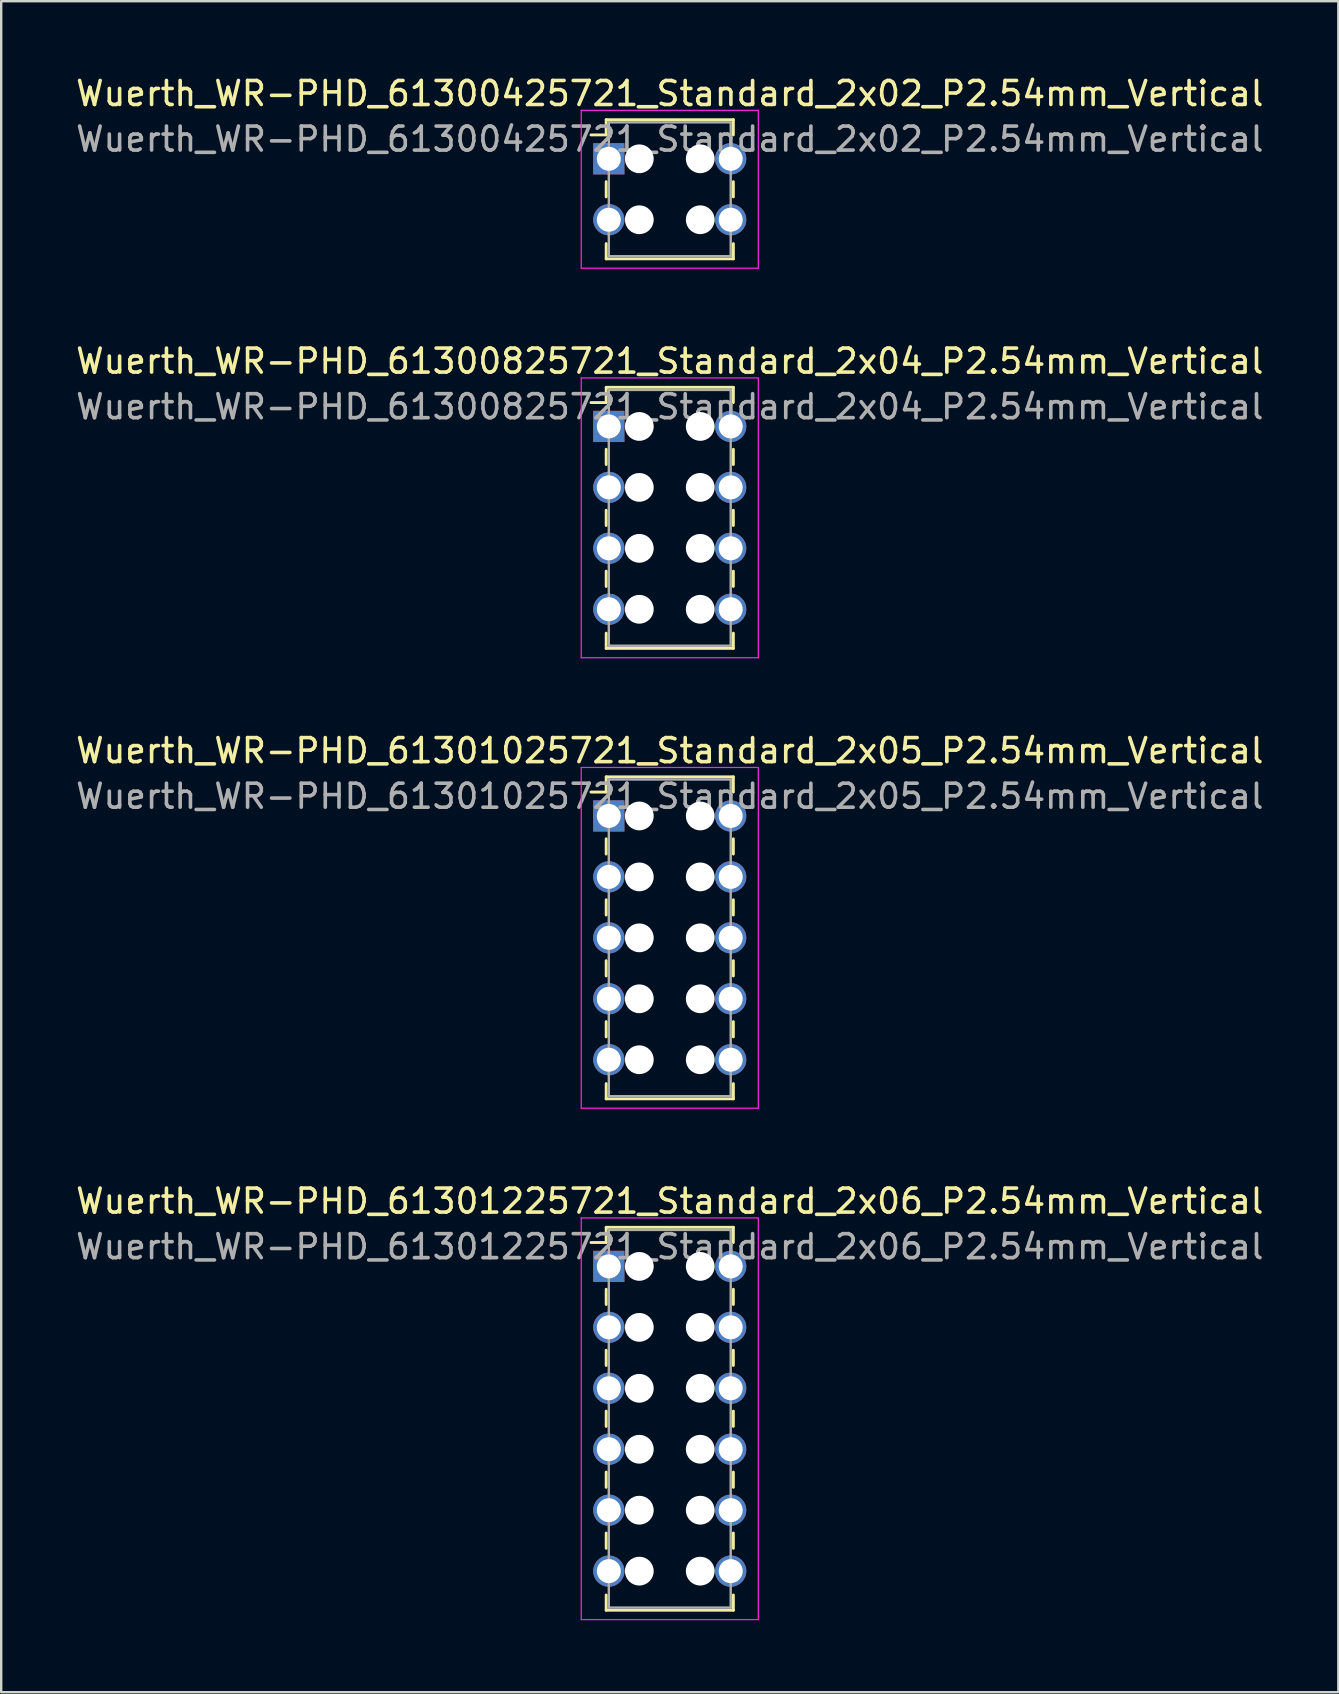
<source format=kicad_pcb>
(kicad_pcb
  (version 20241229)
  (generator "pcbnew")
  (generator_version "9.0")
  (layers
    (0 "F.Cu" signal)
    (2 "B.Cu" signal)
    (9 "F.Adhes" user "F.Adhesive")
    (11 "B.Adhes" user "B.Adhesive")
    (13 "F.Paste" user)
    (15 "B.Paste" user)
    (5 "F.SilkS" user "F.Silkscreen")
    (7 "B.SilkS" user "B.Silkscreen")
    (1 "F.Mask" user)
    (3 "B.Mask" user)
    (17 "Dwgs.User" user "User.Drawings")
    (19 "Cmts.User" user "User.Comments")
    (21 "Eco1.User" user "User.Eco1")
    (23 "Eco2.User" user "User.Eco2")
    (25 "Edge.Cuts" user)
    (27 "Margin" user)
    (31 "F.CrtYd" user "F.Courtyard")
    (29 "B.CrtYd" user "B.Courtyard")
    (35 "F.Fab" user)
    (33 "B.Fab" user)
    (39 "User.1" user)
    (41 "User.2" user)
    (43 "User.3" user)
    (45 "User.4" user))
  (footprint "Wuerth_WR-PHD_61300825721_Standard_2x04_P2.54mm_Vertical"
    (layer "F.Cu")
    (at 22.323 14.722)
    (property "Reference" "Wuerth_WR-PHD_61300825721_Standard_2x04_P2.54mm_Vertical" (at 2.54 -2.72 0) (layer "F.SilkS") (effects (font (size 1 1) (thickness 0.15))))
    (attr through_hole)
    (fp_line (start -0.11 -1.63) (end -0.11 -0.995) (stroke (width 0.12) (type solid)) (layer "F.SilkS"))
    (fp_line (start -0.11 -1.63) (end 5.19 -1.63) (stroke (width 0.12) (type solid)) (layer "F.SilkS"))
    (fp_line (start -0.11 -0.995) (end -0.745 -0.995) (stroke (width 0.12) (type solid)) (layer "F.SilkS"))
    (fp_line (start -0.11 0.953) (end -0.11 1.587) (stroke (width 0.12) (type solid)) (layer "F.SilkS"))
    (fp_line (start -0.11 3.493) (end -0.11 4.128) (stroke (width 0.12) (type solid)) (layer "F.SilkS"))
    (fp_line (start -0.11 6.032) (end -0.11 6.668) (stroke (width 0.12) (type solid)) (layer "F.SilkS"))
    (fp_line (start -0.11 9.25) (end -0.11 8.615) (stroke (width 0.12) (type solid)) (layer "F.SilkS"))
    (fp_line (start -0.11 9.25) (end 5.19 9.25) (stroke (width 0.12) (type solid)) (layer "F.SilkS"))
    (fp_line (start 5.19 -1.63) (end 5.19 -0.995) (stroke (width 0.12) (type solid)) (layer "F.SilkS"))
    (fp_line (start 5.19 0.953) (end 5.19 1.587) (stroke (width 0.12) (type solid)) (layer "F.SilkS"))
    (fp_line (start 5.19 3.493) (end 5.19 4.128) (stroke (width 0.12) (type solid)) (layer "F.SilkS"))
    (fp_line (start 5.19 6.032) (end 5.19 6.668) (stroke (width 0.12) (type solid)) (layer "F.SilkS"))
    (fp_line (start 5.19 9.25) (end 5.19 8.615) (stroke (width 0.12) (type solid)) (layer "F.SilkS"))
    (fp_line (start -1.15 -2.02) (end -1.15 9.64) (stroke (width 0.05) (type solid)) (layer "F.CrtYd"))
    (fp_line (start -1.15 9.64) (end 6.23 9.64) (stroke (width 0.05) (type solid)) (layer "F.CrtYd"))
    (fp_line (start 6.23 -2.02) (end -1.15 -2.02) (stroke (width 0.05) (type solid)) (layer "F.CrtYd"))
    (fp_line (start 6.23 9.64) (end 6.23 -2.02) (stroke (width 0.05) (type solid)) (layer "F.CrtYd"))
    (fp_line (start 0 -1.52) (end 0 9.14) (stroke (width 0.1) (type solid)) (layer "F.Fab"))
    (fp_line (start 0 9.14) (end 5.08 9.14) (stroke (width 0.1) (type solid)) (layer "F.Fab"))
    (fp_line (start 5.08 -1.52) (end 0 -1.52) (stroke (width 0.1) (type solid)) (layer "F.Fab"))
    (fp_line (start 5.08 9.14) (end 5.08 -1.52) (stroke (width 0.1) (type solid)) (layer "F.Fab"))
    (fp_text user "${REFERENCE}" (at 2.54 -0.82 0) (layer "F.Fab") (effects (font (size 1 1) (thickness 0.15))))
    (pad "" np_thru_hole circle (at 1.27 0) (size 1.2 1.2) (drill 1.2) (layers "*.Cu" "*.Mask"))
    (pad "" np_thru_hole circle (at 1.27 2.54) (size 1.2 1.2) (drill 1.2) (layers "*.Cu" "*.Mask"))
    (pad "" np_thru_hole circle (at 1.27 5.08) (size 1.2 1.2) (drill 1.2) (layers "*.Cu" "*.Mask"))
    (pad "" np_thru_hole circle (at 1.27 7.62) (size 1.2 1.2) (drill 1.2) (layers "*.Cu" "*.Mask"))
    (pad "" np_thru_hole circle (at 3.81 0) (size 1.2 1.2) (drill 1.2) (layers "*.Cu" "*.Mask"))
    (pad "" np_thru_hole circle (at 3.81 2.54) (size 1.2 1.2) (drill 1.2) (layers "*.Cu" "*.Mask"))
    (pad "" np_thru_hole circle (at 3.81 5.08) (size 1.2 1.2) (drill 1.2) (layers "*.Cu" "*.Mask"))
    (pad "" np_thru_hole circle (at 3.81 7.62) (size 1.2 1.2) (drill 1.2) (layers "*.Cu" "*.Mask"))
    (pad "1" thru_hole rect (at 0 0) (size 1.3 1.3) (drill 1) (layers "*.Cu" "*.Mask"))
    (pad "2" thru_hole circle (at 5.08 0) (size 1.3 1.3) (drill 1) (layers "*.Cu" "*.Mask"))
    (pad "3" thru_hole circle (at 0 2.54) (size 1.3 1.3) (drill 1) (layers "*.Cu" "*.Mask"))
    (pad "4" thru_hole circle (at 5.08 2.54) (size 1.3 1.3) (drill 1) (layers "*.Cu" "*.Mask"))
    (pad "5" thru_hole circle (at 0 5.08) (size 1.3 1.3) (drill 1) (layers "*.Cu" "*.Mask"))
    (pad "6" thru_hole circle (at 5.08 5.08) (size 1.3 1.3) (drill 1) (layers "*.Cu" "*.Mask"))
    (pad "7" thru_hole circle (at 0 7.62) (size 1.3 1.3) (drill 1) (layers "*.Cu" "*.Mask"))
    (pad "8" thru_hole circle (at 5.08 7.62) (size 1.3 1.3) (drill 1) (layers "*.Cu" "*.Mask")))
  (footprint "Wuerth_WR-PHD_61301225721_Standard_2x06_P2.54mm_Vertical"
    (layer "F.Cu")
    (at 22.323 49.728)
    (property "Reference" "Wuerth_WR-PHD_61301225721_Standard_2x06_P2.54mm_Vertical" (at 2.54 -2.72 0) (layer "F.SilkS") (effects (font (size 1 1) (thickness 0.15))))
    (attr through_hole)
    (fp_line (start -0.11 -1.63) (end -0.11 -0.995) (stroke (width 0.12) (type solid)) (layer "F.SilkS"))
    (fp_line (start -0.11 -1.63) (end 5.19 -1.63) (stroke (width 0.12) (type solid)) (layer "F.SilkS"))
    (fp_line (start -0.11 -0.995) (end -0.745 -0.995) (stroke (width 0.12) (type solid)) (layer "F.SilkS"))
    (fp_line (start -0.11 0.953) (end -0.11 1.587) (stroke (width 0.12) (type solid)) (layer "F.SilkS"))
    (fp_line (start -0.11 3.493) (end -0.11 4.128) (stroke (width 0.12) (type solid)) (layer "F.SilkS"))
    (fp_line (start -0.11 6.032) (end -0.11 6.668) (stroke (width 0.12) (type solid)) (layer "F.SilkS"))
    (fp_line (start -0.11 8.572) (end -0.11 9.207) (stroke (width 0.12) (type solid)) (layer "F.SilkS"))
    (fp_line (start -0.11 11.113) (end -0.11 11.748) (stroke (width 0.12) (type solid)) (layer "F.SilkS"))
    (fp_line (start -0.11 14.33) (end -0.11 13.695) (stroke (width 0.12) (type solid)) (layer "F.SilkS"))
    (fp_line (start -0.11 14.33) (end 5.19 14.33) (stroke (width 0.12) (type solid)) (layer "F.SilkS"))
    (fp_line (start 5.19 -1.63) (end 5.19 -0.995) (stroke (width 0.12) (type solid)) (layer "F.SilkS"))
    (fp_line (start 5.19 0.953) (end 5.19 1.587) (stroke (width 0.12) (type solid)) (layer "F.SilkS"))
    (fp_line (start 5.19 3.493) (end 5.19 4.128) (stroke (width 0.12) (type solid)) (layer "F.SilkS"))
    (fp_line (start 5.19 6.032) (end 5.19 6.668) (stroke (width 0.12) (type solid)) (layer "F.SilkS"))
    (fp_line (start 5.19 8.572) (end 5.19 9.207) (stroke (width 0.12) (type solid)) (layer "F.SilkS"))
    (fp_line (start 5.19 11.113) (end 5.19 11.748) (stroke (width 0.12) (type solid)) (layer "F.SilkS"))
    (fp_line (start 5.19 14.33) (end 5.19 13.695) (stroke (width 0.12) (type solid)) (layer "F.SilkS"))
    (fp_line (start -1.15 -2.02) (end -1.15 14.72) (stroke (width 0.05) (type solid)) (layer "F.CrtYd"))
    (fp_line (start -1.15 14.72) (end 6.23 14.72) (stroke (width 0.05) (type solid)) (layer "F.CrtYd"))
    (fp_line (start 6.23 -2.02) (end -1.15 -2.02) (stroke (width 0.05) (type solid)) (layer "F.CrtYd"))
    (fp_line (start 6.23 14.72) (end 6.23 -2.02) (stroke (width 0.05) (type solid)) (layer "F.CrtYd"))
    (fp_line (start 0 -1.52) (end 0 14.22) (stroke (width 0.1) (type solid)) (layer "F.Fab"))
    (fp_line (start 0 14.22) (end 5.08 14.22) (stroke (width 0.1) (type solid)) (layer "F.Fab"))
    (fp_line (start 5.08 -1.52) (end 0 -1.52) (stroke (width 0.1) (type solid)) (layer "F.Fab"))
    (fp_line (start 5.08 14.22) (end 5.08 -1.52) (stroke (width 0.1) (type solid)) (layer "F.Fab"))
    (fp_text user "${REFERENCE}" (at 2.54 -0.82 0) (layer "F.Fab") (effects (font (size 1 1) (thickness 0.15))))
    (pad "" np_thru_hole circle (at 1.27 0) (size 1.2 1.2) (drill 1.2) (layers "*.Cu" "*.Mask"))
    (pad "" np_thru_hole circle (at 1.27 2.54) (size 1.2 1.2) (drill 1.2) (layers "*.Cu" "*.Mask"))
    (pad "" np_thru_hole circle (at 1.27 5.08) (size 1.2 1.2) (drill 1.2) (layers "*.Cu" "*.Mask"))
    (pad "" np_thru_hole circle (at 1.27 7.62) (size 1.2 1.2) (drill 1.2) (layers "*.Cu" "*.Mask"))
    (pad "" np_thru_hole circle (at 1.27 10.16) (size 1.2 1.2) (drill 1.2) (layers "*.Cu" "*.Mask"))
    (pad "" np_thru_hole circle (at 1.27 12.7) (size 1.2 1.2) (drill 1.2) (layers "*.Cu" "*.Mask"))
    (pad "" np_thru_hole circle (at 3.81 0) (size 1.2 1.2) (drill 1.2) (layers "*.Cu" "*.Mask"))
    (pad "" np_thru_hole circle (at 3.81 2.54) (size 1.2 1.2) (drill 1.2) (layers "*.Cu" "*.Mask"))
    (pad "" np_thru_hole circle (at 3.81 5.08) (size 1.2 1.2) (drill 1.2) (layers "*.Cu" "*.Mask"))
    (pad "" np_thru_hole circle (at 3.81 7.62) (size 1.2 1.2) (drill 1.2) (layers "*.Cu" "*.Mask"))
    (pad "" np_thru_hole circle (at 3.81 10.16) (size 1.2 1.2) (drill 1.2) (layers "*.Cu" "*.Mask"))
    (pad "" np_thru_hole circle (at 3.81 12.7) (size 1.2 1.2) (drill 1.2) (layers "*.Cu" "*.Mask"))
    (pad "1" thru_hole rect (at 0 0) (size 1.3 1.3) (drill 1) (layers "*.Cu" "*.Mask"))
    (pad "2" thru_hole circle (at 5.08 0) (size 1.3 1.3) (drill 1) (layers "*.Cu" "*.Mask"))
    (pad "3" thru_hole circle (at 0 2.54) (size 1.3 1.3) (drill 1) (layers "*.Cu" "*.Mask"))
    (pad "4" thru_hole circle (at 5.08 2.54) (size 1.3 1.3) (drill 1) (layers "*.Cu" "*.Mask"))
    (pad "5" thru_hole circle (at 0 5.08) (size 1.3 1.3) (drill 1) (layers "*.Cu" "*.Mask"))
    (pad "6" thru_hole circle (at 5.08 5.08) (size 1.3 1.3) (drill 1) (layers "*.Cu" "*.Mask"))
    (pad "7" thru_hole circle (at 0 7.62) (size 1.3 1.3) (drill 1) (layers "*.Cu" "*.Mask"))
    (pad "8" thru_hole circle (at 5.08 7.62) (size 1.3 1.3) (drill 1) (layers "*.Cu" "*.Mask"))
    (pad "9" thru_hole circle (at 0 10.16) (size 1.3 1.3) (drill 1) (layers "*.Cu" "*.Mask"))
    (pad "10" thru_hole circle (at 5.08 10.16) (size 1.3 1.3) (drill 1) (layers "*.Cu" "*.Mask"))
    (pad "11" thru_hole circle (at 0 12.7) (size 1.3 1.3) (drill 1) (layers "*.Cu" "*.Mask"))
    (pad "12" thru_hole circle (at 5.08 12.7) (size 1.3 1.3) (drill 1) (layers "*.Cu" "*.Mask")))
  (footprint "Wuerth_WR-PHD_61300425721_Standard_2x02_P2.54mm_Vertical"
    (layer "F.Cu")
    (at 22.323 3.568)
    (property "Reference" "Wuerth_WR-PHD_61300425721_Standard_2x02_P2.54mm_Vertical" (at 2.54 -2.72 0) (layer "F.SilkS") (effects (font (size 1 1) (thickness 0.15))))
    (attr through_hole)
    (fp_line (start -0.11 -1.63) (end -0.11 -0.995) (stroke (width 0.12) (type solid)) (layer "F.SilkS"))
    (fp_line (start -0.11 -1.63) (end 5.19 -1.63) (stroke (width 0.12) (type solid)) (layer "F.SilkS"))
    (fp_line (start -0.11 -0.995) (end -0.745 -0.995) (stroke (width 0.12) (type solid)) (layer "F.SilkS"))
    (fp_line (start -0.11 0.953) (end -0.11 1.587) (stroke (width 0.12) (type solid)) (layer "F.SilkS"))
    (fp_line (start -0.11 4.17) (end -0.11 3.535) (stroke (width 0.12) (type solid)) (layer "F.SilkS"))
    (fp_line (start -0.11 4.17) (end 5.19 4.17) (stroke (width 0.12) (type solid)) (layer "F.SilkS"))
    (fp_line (start 5.19 -1.63) (end 5.19 -0.995) (stroke (width 0.12) (type solid)) (layer "F.SilkS"))
    (fp_line (start 5.19 0.953) (end 5.19 1.587) (stroke (width 0.12) (type solid)) (layer "F.SilkS"))
    (fp_line (start 5.19 4.17) (end 5.19 3.535) (stroke (width 0.12) (type solid)) (layer "F.SilkS"))
    (fp_line (start -1.15 -2.02) (end -1.15 4.56) (stroke (width 0.05) (type solid)) (layer "F.CrtYd"))
    (fp_line (start -1.15 4.56) (end 6.23 4.56) (stroke (width 0.05) (type solid)) (layer "F.CrtYd"))
    (fp_line (start 6.23 -2.02) (end -1.15 -2.02) (stroke (width 0.05) (type solid)) (layer "F.CrtYd"))
    (fp_line (start 6.23 4.56) (end 6.23 -2.02) (stroke (width 0.05) (type solid)) (layer "F.CrtYd"))
    (fp_line (start 0 -1.52) (end 0 4.06) (stroke (width 0.1) (type solid)) (layer "F.Fab"))
    (fp_line (start 0 4.06) (end 5.08 4.06) (stroke (width 0.1) (type solid)) (layer "F.Fab"))
    (fp_line (start 5.08 -1.52) (end 0 -1.52) (stroke (width 0.1) (type solid)) (layer "F.Fab"))
    (fp_line (start 5.08 4.06) (end 5.08 -1.52) (stroke (width 0.1) (type solid)) (layer "F.Fab"))
    (fp_text user "${REFERENCE}" (at 2.54 -0.82 0) (layer "F.Fab") (effects (font (size 1 1) (thickness 0.15))))
    (pad "" np_thru_hole circle (at 1.27 0) (size 1.2 1.2) (drill 1.2) (layers "*.Cu" "*.Mask"))
    (pad "" np_thru_hole circle (at 1.27 2.54) (size 1.2 1.2) (drill 1.2) (layers "*.Cu" "*.Mask"))
    (pad "" np_thru_hole circle (at 3.81 0) (size 1.2 1.2) (drill 1.2) (layers "*.Cu" "*.Mask"))
    (pad "" np_thru_hole circle (at 3.81 2.54) (size 1.2 1.2) (drill 1.2) (layers "*.Cu" "*.Mask"))
    (pad "1" thru_hole rect (at 0 0) (size 1.3 1.3) (drill 1) (layers "*.Cu" "*.Mask"))
    (pad "2" thru_hole circle (at 5.08 0) (size 1.3 1.3) (drill 1) (layers "*.Cu" "*.Mask"))
    (pad "3" thru_hole circle (at 0 2.54) (size 1.3 1.3) (drill 1) (layers "*.Cu" "*.Mask"))
    (pad "4" thru_hole circle (at 5.08 2.54) (size 1.3 1.3) (drill 1) (layers "*.Cu" "*.Mask")))
  (footprint "Wuerth_WR-PHD_61301025721_Standard_2x05_P2.54mm_Vertical"
    (layer "F.Cu")
    (at 22.323 30.955)
    (property "Reference" "Wuerth_WR-PHD_61301025721_Standard_2x05_P2.54mm_Vertical" (at 2.54 -2.72 0) (layer "F.SilkS") (effects (font (size 1 1) (thickness 0.15))))
    (attr through_hole)
    (fp_line (start -0.11 -1.63) (end -0.11 -0.995) (stroke (width 0.12) (type solid)) (layer "F.SilkS"))
    (fp_line (start -0.11 -1.63) (end 5.19 -1.63) (stroke (width 0.12) (type solid)) (layer "F.SilkS"))
    (fp_line (start -0.11 -0.995) (end -0.745 -0.995) (stroke (width 0.12) (type solid)) (layer "F.SilkS"))
    (fp_line (start -0.11 0.953) (end -0.11 1.587) (stroke (width 0.12) (type solid)) (layer "F.SilkS"))
    (fp_line (start -0.11 3.493) (end -0.11 4.128) (stroke (width 0.12) (type solid)) (layer "F.SilkS"))
    (fp_line (start -0.11 6.032) (end -0.11 6.668) (stroke (width 0.12) (type solid)) (layer "F.SilkS"))
    (fp_line (start -0.11 8.572) (end -0.11 9.207) (stroke (width 0.12) (type solid)) (layer "F.SilkS"))
    (fp_line (start -0.11 11.79) (end -0.11 11.155) (stroke (width 0.12) (type solid)) (layer "F.SilkS"))
    (fp_line (start -0.11 11.79) (end 5.19 11.79) (stroke (width 0.12) (type solid)) (layer "F.SilkS"))
    (fp_line (start 5.19 -1.63) (end 5.19 -0.995) (stroke (width 0.12) (type solid)) (layer "F.SilkS"))
    (fp_line (start 5.19 0.953) (end 5.19 1.587) (stroke (width 0.12) (type solid)) (layer "F.SilkS"))
    (fp_line (start 5.19 3.493) (end 5.19 4.128) (stroke (width 0.12) (type solid)) (layer "F.SilkS"))
    (fp_line (start 5.19 6.032) (end 5.19 6.668) (stroke (width 0.12) (type solid)) (layer "F.SilkS"))
    (fp_line (start 5.19 8.572) (end 5.19 9.207) (stroke (width 0.12) (type solid)) (layer "F.SilkS"))
    (fp_line (start 5.19 11.79) (end 5.19 11.155) (stroke (width 0.12) (type solid)) (layer "F.SilkS"))
    (fp_line (start -1.15 -2.02) (end -1.15 12.18) (stroke (width 0.05) (type solid)) (layer "F.CrtYd"))
    (fp_line (start -1.15 12.18) (end 6.23 12.18) (stroke (width 0.05) (type solid)) (layer "F.CrtYd"))
    (fp_line (start 6.23 -2.02) (end -1.15 -2.02) (stroke (width 0.05) (type solid)) (layer "F.CrtYd"))
    (fp_line (start 6.23 12.18) (end 6.23 -2.02) (stroke (width 0.05) (type solid)) (layer "F.CrtYd"))
    (fp_line (start 0 -1.52) (end 0 11.68) (stroke (width 0.1) (type solid)) (layer "F.Fab"))
    (fp_line (start 0 11.68) (end 5.08 11.68) (stroke (width 0.1) (type solid)) (layer "F.Fab"))
    (fp_line (start 5.08 -1.52) (end 0 -1.52) (stroke (width 0.1) (type solid)) (layer "F.Fab"))
    (fp_line (start 5.08 11.68) (end 5.08 -1.52) (stroke (width 0.1) (type solid)) (layer "F.Fab"))
    (fp_text user "${REFERENCE}" (at 2.54 -0.82 0) (layer "F.Fab") (effects (font (size 1 1) (thickness 0.15))))
    (pad "" np_thru_hole circle (at 1.27 0) (size 1.2 1.2) (drill 1.2) (layers "*.Cu" "*.Mask"))
    (pad "" np_thru_hole circle (at 1.27 2.54) (size 1.2 1.2) (drill 1.2) (layers "*.Cu" "*.Mask"))
    (pad "" np_thru_hole circle (at 1.27 5.08) (size 1.2 1.2) (drill 1.2) (layers "*.Cu" "*.Mask"))
    (pad "" np_thru_hole circle (at 1.27 7.62) (size 1.2 1.2) (drill 1.2) (layers "*.Cu" "*.Mask"))
    (pad "" np_thru_hole circle (at 1.27 10.16) (size 1.2 1.2) (drill 1.2) (layers "*.Cu" "*.Mask"))
    (pad "" np_thru_hole circle (at 3.81 0) (size 1.2 1.2) (drill 1.2) (layers "*.Cu" "*.Mask"))
    (pad "" np_thru_hole circle (at 3.81 2.54) (size 1.2 1.2) (drill 1.2) (layers "*.Cu" "*.Mask"))
    (pad "" np_thru_hole circle (at 3.81 5.08) (size 1.2 1.2) (drill 1.2) (layers "*.Cu" "*.Mask"))
    (pad "" np_thru_hole circle (at 3.81 7.62) (size 1.2 1.2) (drill 1.2) (layers "*.Cu" "*.Mask"))
    (pad "" np_thru_hole circle (at 3.81 10.16) (size 1.2 1.2) (drill 1.2) (layers "*.Cu" "*.Mask"))
    (pad "1" thru_hole rect (at 0 0) (size 1.3 1.3) (drill 1) (layers "*.Cu" "*.Mask"))
    (pad "2" thru_hole circle (at 5.08 0) (size 1.3 1.3) (drill 1) (layers "*.Cu" "*.Mask"))
    (pad "3" thru_hole circle (at 0 2.54) (size 1.3 1.3) (drill 1) (layers "*.Cu" "*.Mask"))
    (pad "4" thru_hole circle (at 5.08 2.54) (size 1.3 1.3) (drill 1) (layers "*.Cu" "*.Mask"))
    (pad "5" thru_hole circle (at 0 5.08) (size 1.3 1.3) (drill 1) (layers "*.Cu" "*.Mask"))
    (pad "6" thru_hole circle (at 5.08 5.08) (size 1.3 1.3) (drill 1) (layers "*.Cu" "*.Mask"))
    (pad "7" thru_hole circle (at 0 7.62) (size 1.3 1.3) (drill 1) (layers "*.Cu" "*.Mask"))
    (pad "8" thru_hole circle (at 5.08 7.62) (size 1.3 1.3) (drill 1) (layers "*.Cu" "*.Mask"))
    (pad "9" thru_hole circle (at 0 10.16) (size 1.3 1.3) (drill 1) (layers "*.Cu" "*.Mask"))
    (pad "10" thru_hole circle (at 5.08 10.16) (size 1.3 1.3) (drill 1) (layers "*.Cu" "*.Mask")))
  (gr_rect
    (start -3 -3)
    (end 52.726 67.473)
    (stroke (width 0.1) (type default))
    (fill no)
    (layer "Edge.Cuts")))
</source>
